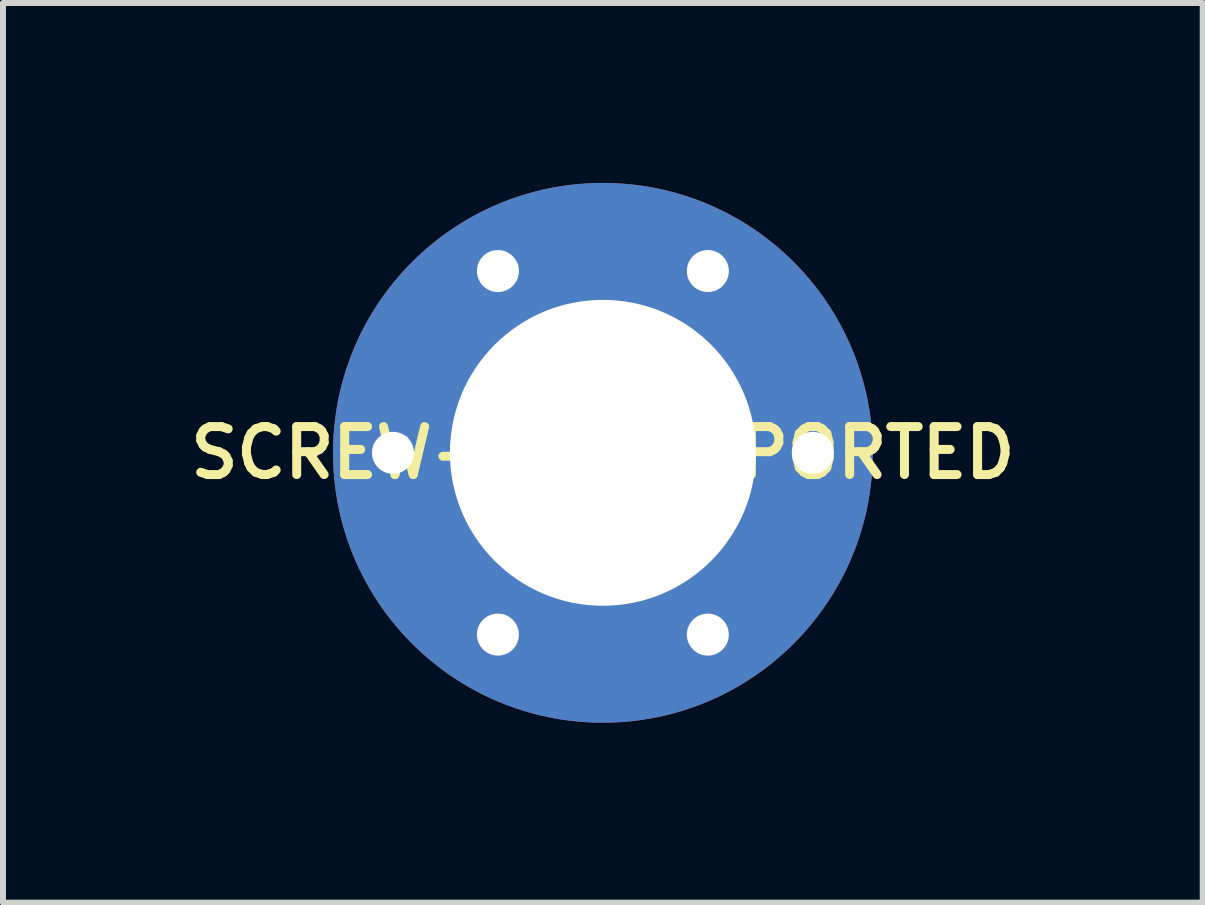
<source format=kicad_pcb>
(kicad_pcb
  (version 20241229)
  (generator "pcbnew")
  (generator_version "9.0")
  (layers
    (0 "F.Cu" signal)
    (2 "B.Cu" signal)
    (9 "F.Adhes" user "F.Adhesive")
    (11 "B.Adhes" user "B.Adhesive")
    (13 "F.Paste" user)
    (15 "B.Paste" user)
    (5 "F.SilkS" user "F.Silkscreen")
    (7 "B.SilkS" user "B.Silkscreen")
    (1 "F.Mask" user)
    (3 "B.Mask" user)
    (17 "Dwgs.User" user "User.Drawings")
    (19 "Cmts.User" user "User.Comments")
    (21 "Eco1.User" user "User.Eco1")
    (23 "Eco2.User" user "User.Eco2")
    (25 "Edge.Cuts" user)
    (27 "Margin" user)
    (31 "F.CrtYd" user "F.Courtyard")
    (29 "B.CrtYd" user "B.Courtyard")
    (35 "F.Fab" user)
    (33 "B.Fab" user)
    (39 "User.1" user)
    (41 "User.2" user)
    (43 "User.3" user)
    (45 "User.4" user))
  (footprint "SCREW-5-SUPPORTED"
    (layer "F.Cu")
    (at 7.002 4.5)
    (property "Reference" "SCREW-5-SUPPORTED" (at 0 0 0) (layer "F.SilkS") (effects (font (size 0.8 0.8) (thickness 0.15))))
    (attr through_hole)
    (pad "1" thru_hole circle (at -3.5 0 180) (size 1 1) (drill 0.7) (layers "*.Cu" "*.Mask"))
    (pad "1" thru_hole circle (at -1.75 -3.031 120) (size 1 1) (drill 0.7) (layers "*.Cu" "*.Mask"))
    (pad "1" thru_hole circle (at -1.75 3.031 240) (size 1 1) (drill 0.7) (layers "*.Cu" "*.Mask"))
    (pad "1" thru_hole circle (at 0 0) (size 9 9) (drill 5.1) (layers "*.Cu" "*.Mask"))
    (pad "1" thru_hole circle (at 1.75 -3.031 60) (size 1 1) (drill 0.7) (layers "*.Cu" "*.Mask"))
    (pad "1" thru_hole circle (at 1.75 3.031 300) (size 1 1) (drill 0.7) (layers "*.Cu" "*.Mask"))
    (pad "1" thru_hole circle (at 3.5 0) (size 1 1) (drill 0.7) (layers "*.Cu" "*.Mask")))
  (gr_rect
    (start -3 -3)
    (end 17.004 12)
    (stroke (width 0.1) (type default))
    (fill no)
    (layer "Edge.Cuts")))
</source>
